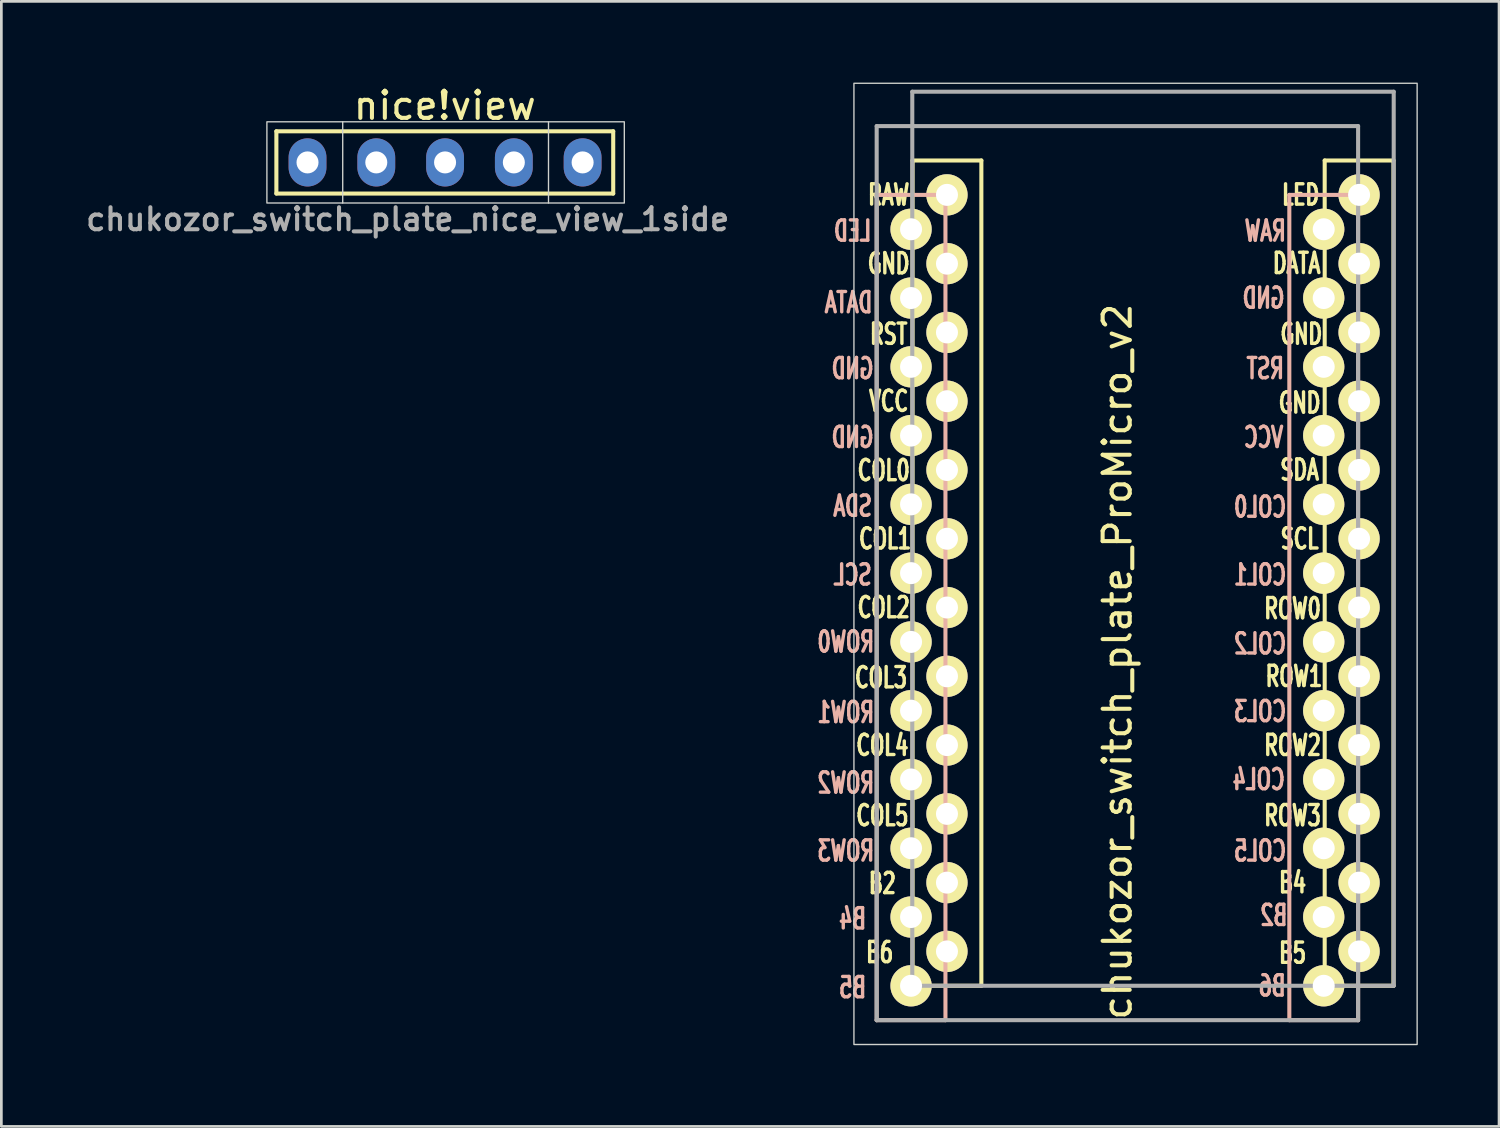
<source format=kicad_pcb>
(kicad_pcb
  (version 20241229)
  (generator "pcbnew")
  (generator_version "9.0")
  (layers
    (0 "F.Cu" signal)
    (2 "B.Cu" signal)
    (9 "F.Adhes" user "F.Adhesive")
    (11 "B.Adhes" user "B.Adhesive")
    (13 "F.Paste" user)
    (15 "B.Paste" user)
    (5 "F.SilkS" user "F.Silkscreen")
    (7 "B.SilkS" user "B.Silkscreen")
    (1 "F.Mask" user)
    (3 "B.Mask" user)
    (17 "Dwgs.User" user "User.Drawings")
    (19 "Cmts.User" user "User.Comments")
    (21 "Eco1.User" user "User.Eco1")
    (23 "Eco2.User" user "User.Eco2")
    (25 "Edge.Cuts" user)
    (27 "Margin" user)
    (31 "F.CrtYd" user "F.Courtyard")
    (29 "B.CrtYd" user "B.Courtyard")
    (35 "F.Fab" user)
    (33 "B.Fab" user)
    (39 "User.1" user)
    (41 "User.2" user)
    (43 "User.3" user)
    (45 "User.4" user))
  (footprint "chukozor_switch_plate_ProMicro_v2"
    (layer "F.Cu")
    (at 39.487 18.625)
    (property "Reference" "chukozor_switch_plate_ProMicro_v2" (at -1.27 2.762 270) (layer "F.SilkS") (effects (font (size 1 1) (thickness 0.15))))
    (attr through_hole)
    (fp_line (start -8.834 -15.748) (end -6.294 -15.748) (stroke (width 0.15) (type solid)) (layer "F.SilkS"))
    (fp_line (start -8.834 14.732) (end -8.834 -15.748) (stroke (width 0.15) (type solid)) (layer "F.SilkS"))
    (fp_line (start -6.294 -15.748) (end -6.294 14.732) (stroke (width 0.15) (type solid)) (layer "F.SilkS"))
    (fp_line (start -6.294 14.732) (end -8.834 14.732) (stroke (width 0.15) (type solid)) (layer "F.SilkS"))
    (fp_line (start 6.386 -15.748) (end 8.926 -15.748) (stroke (width 0.15) (type solid)) (layer "F.SilkS"))
    (fp_line (start 6.386 14.732) (end 6.386 -15.748) (stroke (width 0.15) (type solid)) (layer "F.SilkS"))
    (fp_line (start 8.926 -15.748) (end 8.926 14.732) (stroke (width 0.15) (type solid)) (layer "F.SilkS"))
    (fp_line (start 8.926 14.732) (end 6.386 14.732) (stroke (width 0.15) (type solid)) (layer "F.SilkS"))
    (fp_line (start -10.16 -14.478) (end -7.62 -14.478) (stroke (width 0.15) (type solid)) (layer "B.SilkS"))
    (fp_line (start -10.16 16.002) (end -10.16 -14.478) (stroke (width 0.15) (type solid)) (layer "B.SilkS"))
    (fp_line (start -7.62 -14.478) (end -7.62 16.002) (stroke (width 0.15) (type solid)) (layer "B.SilkS"))
    (fp_line (start -7.62 16.002) (end -10.16 16.002) (stroke (width 0.15) (type solid)) (layer "B.SilkS"))
    (fp_line (start 5.08 -14.478) (end 7.62 -14.478) (stroke (width 0.15) (type solid)) (layer "B.SilkS"))
    (fp_line (start 5.08 16.002) (end 5.08 -14.478) (stroke (width 0.15) (type solid)) (layer "B.SilkS"))
    (fp_line (start 7.62 -14.478) (end 7.62 16.002) (stroke (width 0.15) (type solid)) (layer "B.SilkS"))
    (fp_line (start 7.62 16.002) (end 5.08 16.002) (stroke (width 0.15) (type solid)) (layer "B.SilkS"))
    (fp_rect (start -11 -18.6) (end 9.8 16.9) (stroke (width 0.05) (type default)) (fill no) (layer "Edge.Cuts"))
    (fp_line (start -10.16 -17.018) (end 7.62 -17.018) (stroke (width 0.15) (type solid)) (layer "F.Fab"))
    (fp_line (start -10.16 16.002) (end -10.16 -17.018) (stroke (width 0.15) (type solid)) (layer "F.Fab"))
    (fp_line (start -8.845 -18.288) (end 8.935 -18.288) (stroke (width 0.15) (type solid)) (layer "F.Fab"))
    (fp_line (start -8.845 14.732) (end -8.845 -18.288) (stroke (width 0.15) (type solid)) (layer "F.Fab"))
    (fp_line (start 7.62 -17.018) (end 7.62 16.002) (stroke (width 0.15) (type solid)) (layer "F.Fab"))
    (fp_line (start 7.62 16.002) (end -10.16 16.002) (stroke (width 0.15) (type solid)) (layer "F.Fab"))
    (fp_line (start 8.935 -18.288) (end 8.935 14.732) (stroke (width 0.15) (type solid)) (layer "F.Fab"))
    (fp_line (start 8.935 14.732) (end -8.845 14.732) (stroke (width 0.15) (type solid)) (layer "F.Fab"))
    (fp_text user "B2" (at -9.95 10.95 0) (layer "F.SilkS") (effects (font (size 0.75 0.5) (thickness 0.125))))
    (fp_text user "B6" (at -10.05 13.5 0) (layer "F.SilkS") (effects (font (size 0.75 0.5) (thickness 0.125))))
    (fp_text user "GND" (at 5.461 -6.795 0) (layer "F.SilkS") (effects (font (size 0.75 0.5) (thickness 0.125))))
    (fp_text user "GND" (at -9.716 -11.938 0) (layer "F.SilkS") (effects (font (size 0.75 0.5) (thickness 0.125))))
    (fp_text user "RST" (at -9.716 -9.335 0) (layer "F.SilkS") (effects (font (size 0.75 0.5) (thickness 0.125))))
    (fp_text user "B4" (at 5.2 10.922 0) (layer "F.SilkS") (effects (font (size 0.75 0.5) (thickness 0.125))))
    (fp_text user "COL3" (at -10 3.35 0) (layer "F.SilkS") (effects (font (size 0.75 0.5) (thickness 0.125))))
    (fp_text user "LED" (at 5.5 -14.478 0) (layer "F.SilkS") (effects (font (size 0.75 0.5) (thickness 0.125))))
    (fp_text user "ROW3" (at 5.2 8.445 0) (layer "F.SilkS") (effects (font (size 0.75 0.5) (thickness 0.125))))
    (fp_text user "GND" (at 5.524 -9.335 0) (layer "F.SilkS") (effects (font (size 0.75 0.5) (thickness 0.125))))
    (fp_text user "" (at -0.5 -17.25 0) (layer "F.SilkS") (effects (font (size 1 1) (thickness 0.15))))
    (fp_text user "COL2" (at -9.9 0.762 0) (layer "F.SilkS") (effects (font (size 0.75 0.5) (thickness 0.125))))
    (fp_text user "COL4" (at -9.95 5.85 0) (layer "F.SilkS") (effects (font (size 0.75 0.5) (thickness 0.125))))
    (fp_text user "DATA" (at 5.35 -11.95 0) (layer "F.SilkS") (effects (font (size 0.75 0.5) (thickness 0.125))))
    (fp_text user "COL1" (at -9.85 -1.778 0) (layer "F.SilkS") (effects (font (size 0.75 0.5) (thickness 0.125))))
    (fp_text user "VCC" (at -9.716 -6.858 0) (layer "F.SilkS") (effects (font (size 0.75 0.5) (thickness 0.125))))
    (fp_text user "COL0" (at -9.9 -4.3 0) (layer "F.SilkS") (effects (font (size 0.75 0.5) (thickness 0.125))))
    (fp_text user "B5" (at 5.2 13.525 0) (layer "F.SilkS") (effects (font (size 0.75 0.5) (thickness 0.125))))
    (fp_text user "ROW2" (at 5.2 5.85 0) (layer "F.SilkS") (effects (font (size 0.75 0.5) (thickness 0.125))))
    (fp_text user "SCL" (at 5.461 -1.778 0) (layer "F.SilkS") (effects (font (size 0.75 0.5) (thickness 0.125))))
    (fp_text user "RAW" (at -9.716 -14.478 0) (layer "F.SilkS") (effects (font (size 0.75 0.5) (thickness 0.125))))
    (fp_text user "SDA" (at 5.461 -4.318 0) (layer "F.SilkS") (effects (font (size 0.75 0.5) (thickness 0.125))))
    (fp_text user "COL5" (at -9.95 8.445 0) (layer "F.SilkS") (effects (font (size 0.75 0.5) (thickness 0.125))))
    (fp_text user "ROW0" (at 5.2 0.8 0) (layer "F.SilkS") (effects (font (size 0.75 0.5) (thickness 0.125))))
    (fp_text user "ROW1" (at 5.25 3.302 0) (layer "F.SilkS") (effects (font (size 0.75 0.5) (thickness 0.125))))
    (fp_text user "SDA" (at -11.049 -2.985 0) (layer "B.SilkS") (effects (font (size 0.75 0.5) (thickness 0.125)) (justify mirror)))
    (fp_text user "ROW1" (at -11.3 4.636 0) (layer "B.SilkS") (effects (font (size 0.75 0.5) (thickness 0.125)) (justify mirror)))
    (fp_text user "ROW0" (at -11.3 2.032 0) (layer "B.SilkS") (effects (font (size 0.75 0.5) (thickness 0.125)) (justify mirror)))
    (fp_text user "B4" (at -11.049 12.255 0) (layer "B.SilkS") (effects (font (size 0.75 0.5) (thickness 0.125)) (justify mirror)))
    (fp_text user "B5" (at -11.049 14.796 0) (layer "B.SilkS") (effects (font (size 0.75 0.5) (thickness 0.125)) (justify mirror)))
    (fp_text user "B6" (at 4.445 14.732 0) (layer "B.SilkS") (effects (font (size 0.75 0.5) (thickness 0.125)) (justify mirror)))
    (fp_text user "COL1" (at 4 -0.445 0) (layer "B.SilkS") (effects (font (size 0.75 0.5) (thickness 0.125)) (justify mirror)))
    (fp_text user "LED" (at -11.049 -13.145 0) (layer "B.SilkS") (effects (font (size 0.75 0.5) (thickness 0.125)) (justify mirror)))
    (fp_text user "RAW" (at 4.191 -13.145 0) (layer "B.SilkS") (effects (font (size 0.75 0.5) (thickness 0.125)) (justify mirror)))
    (fp_text user "RST" (at 4.191 -8.065 0) (layer "B.SilkS") (effects (font (size 0.75 0.5) (thickness 0.125)) (justify mirror)))
    (fp_text user "ROW2" (at -11.3 7.239 0) (layer "B.SilkS") (effects (font (size 0.75 0.5) (thickness 0.125)) (justify mirror)))
    (fp_text user "VCC" (at 4.128 -5.524 0) (layer "B.SilkS") (effects (font (size 0.75 0.5) (thickness 0.125)) (justify mirror)))
    (fp_text user "GND" (at -11.049 -8.065 0) (layer "B.SilkS") (effects (font (size 0.75 0.5) (thickness 0.125)) (justify mirror)))
    (fp_text user "GND" (at -11.049 -5.524 0) (layer "B.SilkS") (effects (font (size 0.75 0.5) (thickness 0.125)) (justify mirror)))
    (fp_text user "COL5" (at 4 9.75 0) (layer "B.SilkS") (effects (font (size 0.75 0.5) (thickness 0.125)) (justify mirror)))
    (fp_text user "COL4" (at 3.95 7.112 0) (layer "B.SilkS") (effects (font (size 0.75 0.5) (thickness 0.125)) (justify mirror)))
    (fp_text user "COL2" (at 4 2.1 0) (layer "B.SilkS") (effects (font (size 0.75 0.5) (thickness 0.125)) (justify mirror)))
    (fp_text user "SCL" (at -11.049 -0.445 0) (layer "B.SilkS") (effects (font (size 0.75 0.5) (thickness 0.125)) (justify mirror)))
    (fp_text user "COL3" (at 4 4.6 0) (layer "B.SilkS") (effects (font (size 0.75 0.5) (thickness 0.125)) (justify mirror)))
    (fp_text user "GND" (at 4.128 -10.668 0) (layer "B.SilkS") (effects (font (size 0.75 0.5) (thickness 0.125)) (justify mirror)))
    (fp_text user "" (at -1.206 -16.256 0) (layer "B.SilkS") (effects (font (size 1 1) (thickness 0.15)) (justify mirror)))
    (fp_text user "ROW3" (at -11.3 9.75 0) (layer "B.SilkS") (effects (font (size 0.75 0.5) (thickness 0.125)) (justify mirror)))
    (fp_text user "B2" (at 4.508 12.129 0) (layer "B.SilkS") (effects (font (size 0.75 0.5) (thickness 0.125)) (justify mirror)))
    (fp_text user "COL0" (at 4 -2.95 0) (layer "B.SilkS") (effects (font (size 0.75 0.5) (thickness 0.125)) (justify mirror)))
    (fp_text user "DATA" (at -11.2 -10.5 0) (layer "B.SilkS") (effects (font (size 0.75 0.5) (thickness 0.125)) (justify mirror)))
    (pad "1" thru_hole circle (at -8.89 -13.208) (size 1.524 1.524) (drill 0.813) (layers "*.Cu" "*.Mask" "F.SilkS"))
    (pad "1" thru_hole circle (at 7.656 -14.478) (size 1.524 1.524) (drill 0.813) (layers "*.Cu" "*.Mask" "F.SilkS"))
    (pad "2" thru_hole circle (at -8.89 -10.668) (size 1.524 1.524) (drill 0.813) (layers "*.Cu" "*.Mask" "F.SilkS"))
    (pad "2" thru_hole circle (at 7.656 -11.938) (size 1.524 1.524) (drill 0.813) (layers "*.Cu" "*.Mask" "F.SilkS"))
    (pad "3" thru_hole circle (at -8.89 -8.128) (size 1.524 1.524) (drill 0.813) (layers "*.Cu" "*.Mask" "F.SilkS"))
    (pad "3" thru_hole circle (at 7.656 -9.398) (size 1.524 1.524) (drill 0.813) (layers "*.Cu" "*.Mask" "F.SilkS"))
    (pad "4" thru_hole circle (at -8.89 -5.588) (size 1.524 1.524) (drill 0.813) (layers "*.Cu" "*.Mask" "F.SilkS"))
    (pad "4" thru_hole circle (at 7.656 -6.858) (size 1.524 1.524) (drill 0.813) (layers "*.Cu" "*.Mask" "F.SilkS"))
    (pad "5" thru_hole circle (at -8.89 -3.048) (size 1.524 1.524) (drill 0.813) (layers "*.Cu" "*.Mask" "F.SilkS"))
    (pad "5" thru_hole circle (at 7.656 -4.318) (size 1.524 1.524) (drill 0.813) (layers "*.Cu" "*.Mask" "F.SilkS"))
    (pad "6" thru_hole circle (at -8.89 -0.508) (size 1.524 1.524) (drill 0.813) (layers "*.Cu" "*.Mask" "F.SilkS"))
    (pad "6" thru_hole circle (at 7.656 -1.778) (size 1.524 1.524) (drill 0.813) (layers "*.Cu" "*.Mask" "F.SilkS"))
    (pad "7" thru_hole circle (at -8.89 2.032) (size 1.524 1.524) (drill 0.813) (layers "*.Cu" "*.Mask" "F.SilkS"))
    (pad "7" thru_hole circle (at 7.656 0.762) (size 1.524 1.524) (drill 0.813) (layers "*.Cu" "*.Mask" "F.SilkS"))
    (pad "8" thru_hole circle (at -8.89 4.572) (size 1.524 1.524) (drill 0.813) (layers "*.Cu" "*.Mask" "F.SilkS"))
    (pad "8" thru_hole circle (at 7.656 3.302) (size 1.524 1.524) (drill 0.813) (layers "*.Cu" "*.Mask" "F.SilkS"))
    (pad "9" thru_hole circle (at -8.89 7.112) (size 1.524 1.524) (drill 0.813) (layers "*.Cu" "*.Mask" "F.SilkS"))
    (pad "9" thru_hole circle (at 7.656 5.842) (size 1.524 1.524) (drill 0.813) (layers "*.Cu" "*.Mask" "F.SilkS"))
    (pad "10" thru_hole circle (at -8.89 9.652) (size 1.524 1.524) (drill 0.813) (layers "*.Cu" "*.Mask" "F.SilkS"))
    (pad "10" thru_hole circle (at 7.656 8.382) (size 1.524 1.524) (drill 0.813) (layers "*.Cu" "*.Mask" "F.SilkS"))
    (pad "11" thru_hole circle (at -8.89 12.192) (size 1.524 1.524) (drill 0.813) (layers "*.Cu" "*.Mask" "F.SilkS"))
    (pad "11" thru_hole circle (at 7.656 10.922) (size 1.524 1.524) (drill 0.813) (layers "*.Cu" "*.Mask" "F.SilkS"))
    (pad "12" thru_hole circle (at -8.89 14.732) (size 1.524 1.524) (drill 0.813) (layers "*.Cu" "*.Mask" "F.SilkS"))
    (pad "12" thru_hole circle (at 7.656 13.462) (size 1.524 1.524) (drill 0.813) (layers "*.Cu" "*.Mask" "F.SilkS"))
    (pad "13" thru_hole circle (at -7.564 13.462) (size 1.524 1.524) (drill 0.813) (layers "*.Cu" "*.Mask" "F.SilkS"))
    (pad "13" thru_hole circle (at 6.35 14.732) (size 1.524 1.524) (drill 0.813) (layers "*.Cu" "*.Mask" "F.SilkS"))
    (pad "14" thru_hole circle (at -7.564 10.922) (size 1.524 1.524) (drill 0.813) (layers "*.Cu" "*.Mask" "F.SilkS"))
    (pad "14" thru_hole circle (at 6.35 12.192) (size 1.524 1.524) (drill 0.813) (layers "*.Cu" "*.Mask" "F.SilkS"))
    (pad "15" thru_hole circle (at -7.564 8.382) (size 1.524 1.524) (drill 0.813) (layers "*.Cu" "*.Mask" "F.SilkS"))
    (pad "15" thru_hole circle (at 6.35 9.652) (size 1.524 1.524) (drill 0.813) (layers "*.Cu" "*.Mask" "F.SilkS"))
    (pad "16" thru_hole circle (at -7.564 5.842) (size 1.524 1.524) (drill 0.813) (layers "*.Cu" "*.Mask" "F.SilkS"))
    (pad "16" thru_hole circle (at 6.35 7.112) (size 1.524 1.524) (drill 0.813) (layers "*.Cu" "*.Mask" "F.SilkS"))
    (pad "17" thru_hole circle (at -7.564 3.302) (size 1.524 1.524) (drill 0.813) (layers "*.Cu" "*.Mask" "F.SilkS"))
    (pad "17" thru_hole circle (at 6.35 4.572) (size 1.524 1.524) (drill 0.813) (layers "*.Cu" "*.Mask" "F.SilkS"))
    (pad "18" thru_hole circle (at -7.564 0.762) (size 1.524 1.524) (drill 0.813) (layers "*.Cu" "*.Mask" "F.SilkS"))
    (pad "18" thru_hole circle (at 6.35 2.032) (size 1.524 1.524) (drill 0.813) (layers "*.Cu" "*.Mask" "F.SilkS"))
    (pad "19" thru_hole circle (at -7.564 -1.778) (size 1.524 1.524) (drill 0.813) (layers "*.Cu" "*.Mask" "F.SilkS"))
    (pad "19" thru_hole circle (at 6.35 -0.508) (size 1.524 1.524) (drill 0.813) (layers "*.Cu" "*.Mask" "F.SilkS"))
    (pad "20" thru_hole circle (at -7.564 -4.318) (size 1.524 1.524) (drill 0.813) (layers "*.Cu" "*.Mask" "F.SilkS"))
    (pad "20" thru_hole circle (at 6.35 -3.048) (size 1.524 1.524) (drill 0.813) (layers "*.Cu" "*.Mask" "F.SilkS"))
    (pad "21" thru_hole circle (at -7.564 -6.858) (size 1.524 1.524) (drill 0.813) (layers "*.Cu" "*.Mask" "F.SilkS"))
    (pad "21" thru_hole circle (at 6.35 -5.588) (size 1.524 1.524) (drill 0.813) (layers "*.Cu" "*.Mask" "F.SilkS"))
    (pad "22" thru_hole circle (at -7.564 -9.398) (size 1.524 1.524) (drill 0.813) (layers "*.Cu" "*.Mask" "F.SilkS"))
    (pad "22" thru_hole circle (at 6.35 -8.128) (size 1.524 1.524) (drill 0.813) (layers "*.Cu" "*.Mask" "F.SilkS"))
    (pad "23" thru_hole circle (at -7.564 -11.938) (size 1.524 1.524) (drill 0.813) (layers "*.Cu" "*.Mask" "F.SilkS"))
    (pad "23" thru_hole circle (at 6.35 -10.668) (size 1.524 1.524) (drill 0.813) (layers "*.Cu" "*.Mask" "F.SilkS"))
    (pad "24" thru_hole circle (at -7.564 -14.478) (size 1.524 1.524) (drill 0.813) (layers "*.Cu" "*.Mask" "F.SilkS"))
    (pad "24" thru_hole circle (at 6.35 -13.208) (size 1.524 1.524) (drill 0.813) (layers "*.Cu" "*.Mask" "F.SilkS")))
  (footprint "chukozor_switch_plate_nice_view_1side"
    (layer "F.Cu")
    (at 8.307 2.948)
    (property "Reference" "chukozor_switch_plate_nice_view_1side" (at 3.7 2.1 180) (layer "F.Fab") (effects (font (size 0.813 0.813) (thickness 0.15))))
    (attr through_hole)
    (fp_line (start -1.15 -1.15) (end 11.29 -1.15) (stroke (width 0.15) (type solid)) (layer "F.SilkS"))
    (fp_line (start -1.15 1.15) (end -1.15 -1.15) (stroke (width 0.15) (type solid)) (layer "F.SilkS"))
    (fp_line (start -1.15 1.15) (end 11.29 1.15) (stroke (width 0.15) (type solid)) (layer "F.SilkS"))
    (fp_line (start 11.29 -1.15) (end 11.29 1.15) (stroke (width 0.15) (type solid)) (layer "F.SilkS"))
    (fp_line (start 1.3 -1.5) (end 1.3 1.5) (stroke (width 0.05) (type default)) (layer "Edge.Cuts"))
    (fp_line (start 8.9 -1.5) (end 8.9 1.5) (stroke (width 0.05) (type default)) (layer "Edge.Cuts"))
    (fp_rect (start -1.5 -1.5) (end 11.7 1.5) (stroke (width 0.05) (type default)) (fill no) (layer "Edge.Cuts"))
    (fp_text user "nice!view" (at 5.07 -2.1 0) (layer "F.SilkS") (effects (font (size 1 1) (thickness 0.15))))
    (pad "1" thru_hole oval (at 0 0) (size 1.397 1.778) (drill 0.813) (layers "*.Cu" "B.Mask"))
    (pad "2" thru_hole oval (at 2.54 0) (size 1.397 1.778) (drill 0.813) (layers "*.Cu" "B.Mask"))
    (pad "3" thru_hole oval (at 5.08 0) (size 1.397 1.778) (drill 0.813) (layers "*.Cu" "B.Mask"))
    (pad "4" thru_hole oval (at 7.62 0) (size 1.397 1.778) (drill 0.813) (layers "*.Cu" "B.Mask"))
    (pad "5" thru_hole oval (at 10.16 0) (size 1.397 1.778) (drill 0.813) (layers "*.Cu" "B.Mask")))
  (gr_rect
    (start -3 -3)
    (end 52.312 38.55)
    (stroke (width 0.1) (type default))
    (fill no)
    (layer "Edge.Cuts")))
</source>
